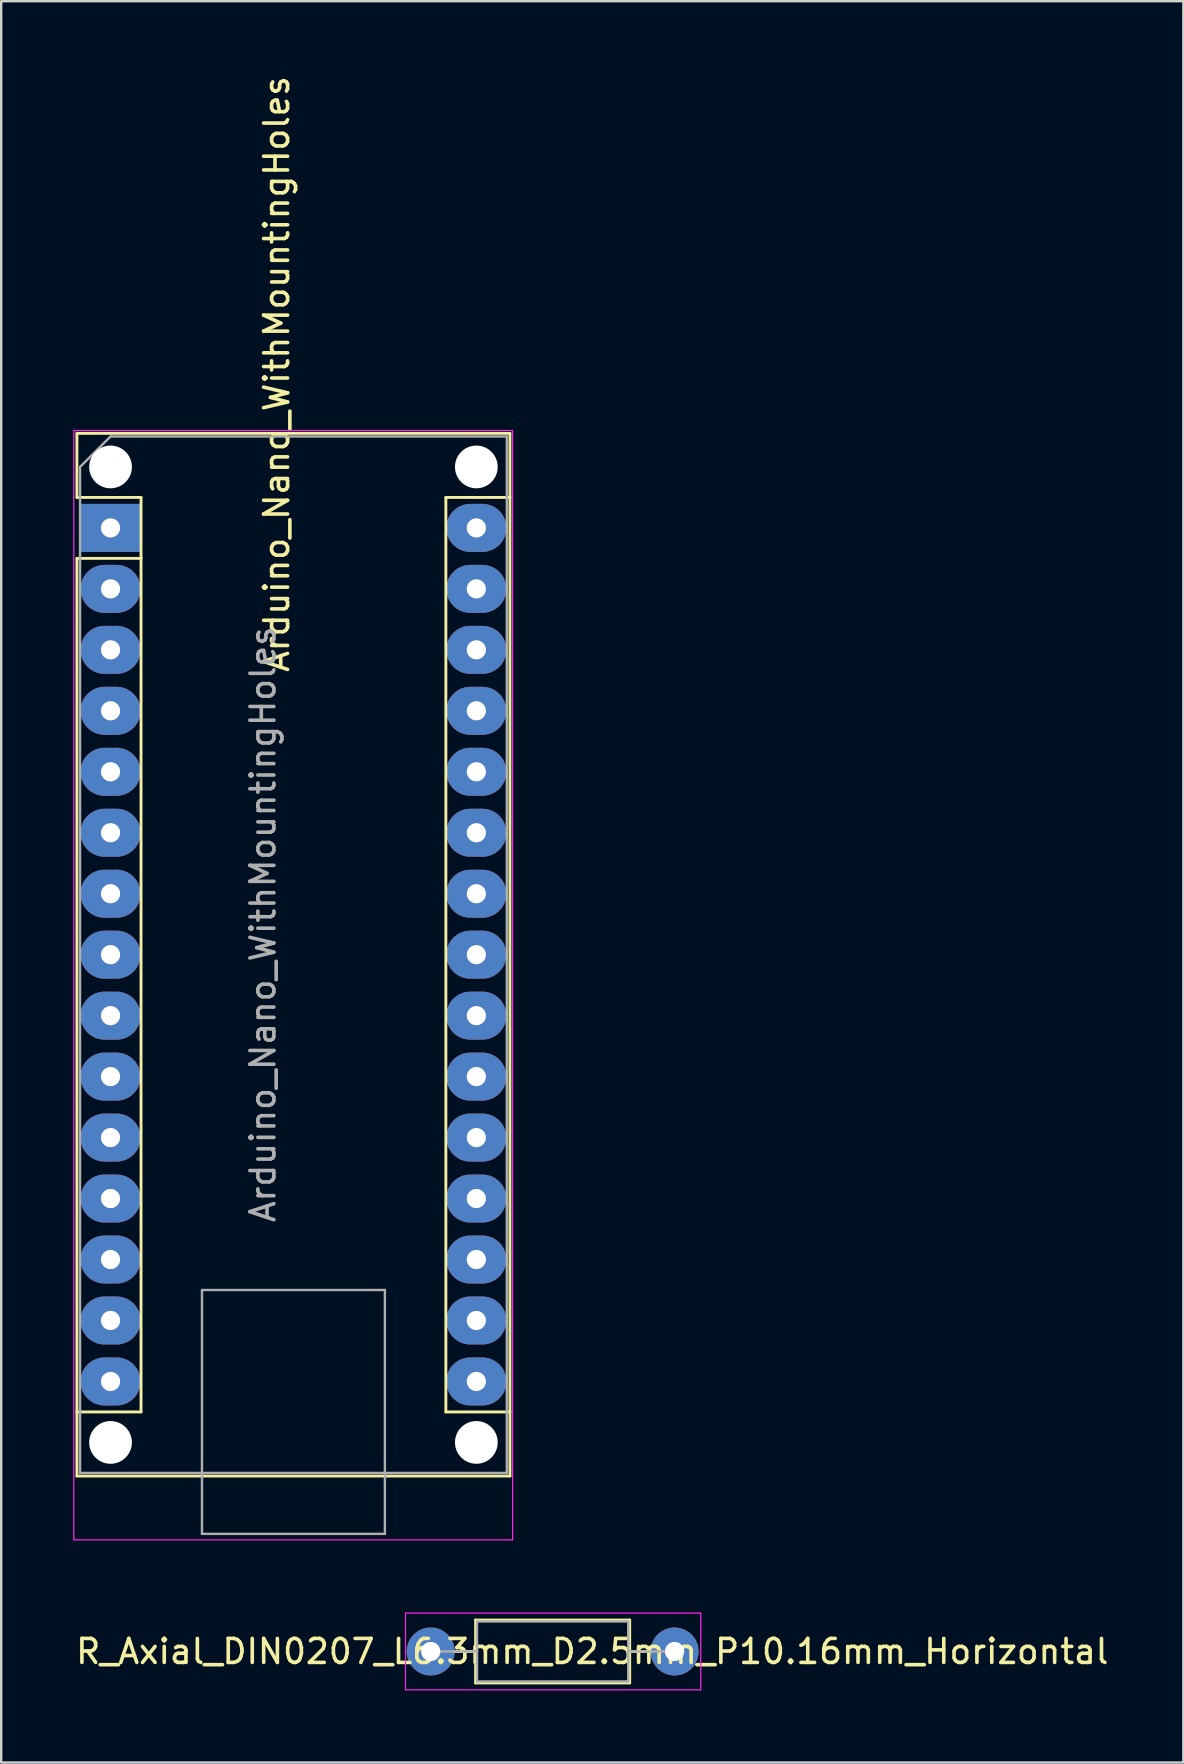
<source format=kicad_pcb>
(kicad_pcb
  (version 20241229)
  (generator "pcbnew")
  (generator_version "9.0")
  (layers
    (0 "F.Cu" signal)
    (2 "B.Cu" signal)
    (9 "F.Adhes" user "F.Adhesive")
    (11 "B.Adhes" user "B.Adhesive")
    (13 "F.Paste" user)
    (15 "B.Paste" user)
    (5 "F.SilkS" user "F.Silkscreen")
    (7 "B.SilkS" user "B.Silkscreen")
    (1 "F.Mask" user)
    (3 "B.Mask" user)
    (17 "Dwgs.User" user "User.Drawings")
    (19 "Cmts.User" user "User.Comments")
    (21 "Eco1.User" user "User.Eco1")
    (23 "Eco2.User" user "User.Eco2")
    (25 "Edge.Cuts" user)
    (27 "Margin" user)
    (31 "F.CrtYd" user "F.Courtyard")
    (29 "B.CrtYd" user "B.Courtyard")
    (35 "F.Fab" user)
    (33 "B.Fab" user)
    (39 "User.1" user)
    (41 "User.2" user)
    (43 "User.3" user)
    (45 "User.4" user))
  (footprint "Arduino_Nano_WithMountingHoles"
    (layer "F.Cu")
    (at 1.555 18.943)
    (property "Reference" "Arduino_Nano_WithMountingHoles" (at 6.921 -6.413 90) (layer "F.SilkS") (effects (font (size 1 1) (thickness 0.15))))
    (attr through_hole)
    (fp_line (start -1.4 -3.94) (end -1.4 -1.27) (stroke (width 0.12) (type solid)) (layer "F.SilkS"))
    (fp_line (start -1.4 1.27) (end -1.4 39.5) (stroke (width 0.12) (type solid)) (layer "F.SilkS"))
    (fp_line (start -1.4 39.5) (end 16.64 39.5) (stroke (width 0.12) (type solid)) (layer "F.SilkS"))
    (fp_line (start 1.27 -1.27) (end -1.4 -1.27) (stroke (width 0.12) (type solid)) (layer "F.SilkS"))
    (fp_line (start 1.27 1.27) (end -1.4 1.27) (stroke (width 0.12) (type solid)) (layer "F.SilkS"))
    (fp_line (start 1.27 1.27) (end 1.27 -1.27) (stroke (width 0.12) (type solid)) (layer "F.SilkS"))
    (fp_line (start 1.27 1.27) (end 1.27 36.83) (stroke (width 0.12) (type solid)) (layer "F.SilkS"))
    (fp_line (start 1.27 36.83) (end -1.4 36.83) (stroke (width 0.12) (type solid)) (layer "F.SilkS"))
    (fp_line (start 13.97 -1.27) (end 13.97 36.83) (stroke (width 0.12) (type solid)) (layer "F.SilkS"))
    (fp_line (start 13.97 -1.27) (end 16.64 -1.27) (stroke (width 0.12) (type solid)) (layer "F.SilkS"))
    (fp_line (start 13.97 36.83) (end 16.64 36.83) (stroke (width 0.12) (type solid)) (layer "F.SilkS"))
    (fp_line (start 16.64 -3.94) (end -1.4 -3.94) (stroke (width 0.12) (type solid)) (layer "F.SilkS"))
    (fp_line (start 16.64 39.5) (end 16.64 -3.94) (stroke (width 0.12) (type solid)) (layer "F.SilkS"))
    (fp_line (start -1.53 -4.06) (end -1.53 42.16) (stroke (width 0.05) (type solid)) (layer "F.CrtYd"))
    (fp_line (start -1.53 -4.06) (end 16.75 -4.06) (stroke (width 0.05) (type solid)) (layer "F.CrtYd"))
    (fp_line (start 16.75 42.16) (end -1.53 42.16) (stroke (width 0.05) (type solid)) (layer "F.CrtYd"))
    (fp_line (start 16.75 42.16) (end 16.75 -4.06) (stroke (width 0.05) (type solid)) (layer "F.CrtYd"))
    (fp_line (start -1.27 -2.54) (end 0 -3.81) (stroke (width 0.1) (type solid)) (layer "F.Fab"))
    (fp_line (start -1.27 39.37) (end -1.27 -2.54) (stroke (width 0.1) (type solid)) (layer "F.Fab"))
    (fp_line (start 0 -3.81) (end 16.51 -3.81) (stroke (width 0.1) (type solid)) (layer "F.Fab"))
    (fp_line (start 3.81 31.75) (end 11.43 31.75) (stroke (width 0.1) (type solid)) (layer "F.Fab"))
    (fp_line (start 3.81 41.91) (end 3.81 31.75) (stroke (width 0.1) (type solid)) (layer "F.Fab"))
    (fp_line (start 11.43 31.75) (end 11.43 41.91) (stroke (width 0.1) (type solid)) (layer "F.Fab"))
    (fp_line (start 11.43 41.91) (end 3.81 41.91) (stroke (width 0.1) (type solid)) (layer "F.Fab"))
    (fp_line (start 16.51 -3.81) (end 16.51 39.37) (stroke (width 0.1) (type solid)) (layer "F.Fab"))
    (fp_line (start 16.51 39.37) (end -1.27 39.37) (stroke (width 0.1) (type solid)) (layer "F.Fab"))
    (fp_text user "${REFERENCE}" (at 6.35 16.51 90) (layer "F.Fab") (effects (font (size 1 1) (thickness 0.15))))
    (pad "" np_thru_hole circle (at 0 -2.54) (size 1.78 1.78) (drill 1.78) (layers "*.Cu" "*.Mask"))
    (pad "" np_thru_hole circle (at 0 38.1) (size 1.78 1.78) (drill 1.78) (layers "*.Cu" "*.Mask"))
    (pad "" np_thru_hole circle (at 15.24 -2.54) (size 1.78 1.78) (drill 1.78) (layers "*.Cu" "*.Mask"))
    (pad "" np_thru_hole circle (at 15.24 38.1) (size 1.78 1.78) (drill 1.78) (layers "*.Cu" "*.Mask"))
    (pad "1" thru_hole rect (at 0 0) (size 2.5 2) (drill 0.8) (layers "*.Cu" "*.Mask"))
    (pad "2" thru_hole oval (at 0 2.54) (size 2.5 2) (drill 0.8) (layers "*.Cu" "*.Mask"))
    (pad "3" thru_hole oval (at 0 5.08) (size 2.5 2) (drill 0.8) (layers "*.Cu" "*.Mask"))
    (pad "4" thru_hole oval (at 0 7.62) (size 2.5 2) (drill 0.8) (layers "*.Cu" "*.Mask"))
    (pad "5" thru_hole oval (at 0 10.16) (size 2.5 2) (drill 0.8) (layers "*.Cu" "*.Mask"))
    (pad "6" thru_hole oval (at 0 12.7) (size 2.5 2) (drill 0.8) (layers "*.Cu" "*.Mask"))
    (pad "7" thru_hole oval (at 0 15.24) (size 2.5 2) (drill 0.8) (layers "*.Cu" "*.Mask"))
    (pad "8" thru_hole oval (at 0 17.78) (size 2.5 2) (drill 0.8) (layers "*.Cu" "*.Mask"))
    (pad "9" thru_hole oval (at 0 20.32) (size 2.5 2) (drill 0.8) (layers "*.Cu" "*.Mask"))
    (pad "10" thru_hole oval (at 0 22.86) (size 2.5 2) (drill 0.8) (layers "*.Cu" "*.Mask"))
    (pad "11" thru_hole oval (at 0 25.4) (size 2.5 2) (drill 0.8) (layers "*.Cu" "*.Mask"))
    (pad "12" thru_hole oval (at 0 27.94) (size 2.5 2) (drill 0.8) (layers "*.Cu" "*.Mask"))
    (pad "13" thru_hole oval (at 0 30.48) (size 2.5 2) (drill 0.8) (layers "*.Cu" "*.Mask"))
    (pad "14" thru_hole oval (at 0 33.02) (size 2.5 2) (drill 0.8) (layers "*.Cu" "*.Mask"))
    (pad "15" thru_hole oval (at 0 35.56) (size 2.5 2) (drill 0.8) (layers "*.Cu" "*.Mask"))
    (pad "16" thru_hole oval (at 15.24 35.56) (size 2.5 2) (drill 0.8) (layers "*.Cu" "*.Mask"))
    (pad "17" thru_hole oval (at 15.24 33.02) (size 2.5 2) (drill 0.8) (layers "*.Cu" "*.Mask"))
    (pad "18" thru_hole oval (at 15.24 30.48) (size 2.5 2) (drill 0.8) (layers "*.Cu" "*.Mask"))
    (pad "19" thru_hole oval (at 15.24 27.94) (size 2.5 2) (drill 0.8) (layers "*.Cu" "*.Mask"))
    (pad "20" thru_hole oval (at 15.24 25.4) (size 2.5 2) (drill 0.8) (layers "*.Cu" "*.Mask"))
    (pad "21" thru_hole oval (at 15.24 22.86) (size 2.5 2) (drill 0.8) (layers "*.Cu" "*.Mask"))
    (pad "22" thru_hole oval (at 15.24 20.32) (size 2.5 2) (drill 0.8) (layers "*.Cu" "*.Mask"))
    (pad "23" thru_hole oval (at 15.24 17.78) (size 2.5 2) (drill 0.8) (layers "*.Cu" "*.Mask"))
    (pad "24" thru_hole oval (at 15.24 15.24) (size 2.5 2) (drill 0.8) (layers "*.Cu" "*.Mask"))
    (pad "25" thru_hole oval (at 15.24 12.7) (size 2.5 2) (drill 0.8) (layers "*.Cu" "*.Mask"))
    (pad "26" thru_hole oval (at 15.24 10.16) (size 2.5 2) (drill 0.8) (layers "*.Cu" "*.Mask"))
    (pad "27" thru_hole oval (at 15.24 7.62) (size 2.5 2) (drill 0.8) (layers "*.Cu" "*.Mask"))
    (pad "28" thru_hole oval (at 15.24 5.08) (size 2.5 2) (drill 0.8) (layers "*.Cu" "*.Mask"))
    (pad "29" thru_hole oval (at 15.24 2.54) (size 2.5 2) (drill 0.8) (layers "*.Cu" "*.Mask"))
    (pad "30" thru_hole oval (at 15.24 0) (size 2.5 2) (drill 0.8) (layers "*.Cu" "*.Mask")))
  (footprint "R_Axial_DIN0207_L6.3mm_D2.5mm_P10.16mm_Horizontal"
    (layer "F.Cu")
    (at 14.894 65.753)
    (property "Reference" "R_Axial_DIN0207_L6.3mm_D2.5mm_P10.16mm_Horizontal" (at 6.731 0 0) (layer "F.SilkS") (effects (font (size 1 1) (thickness 0.15))))
    (attr through_hole)
    (fp_line (start 0.98 0) (end 1.87 0) (stroke (width 0.12) (type solid)) (layer "F.SilkS"))
    (fp_line (start 1.87 -1.31) (end 1.87 1.31) (stroke (width 0.12) (type solid)) (layer "F.SilkS"))
    (fp_line (start 1.87 1.31) (end 8.29 1.31) (stroke (width 0.12) (type solid)) (layer "F.SilkS"))
    (fp_line (start 8.29 -1.31) (end 1.87 -1.31) (stroke (width 0.12) (type solid)) (layer "F.SilkS"))
    (fp_line (start 8.29 1.31) (end 8.29 -1.31) (stroke (width 0.12) (type solid)) (layer "F.SilkS"))
    (fp_line (start 9.18 0) (end 8.29 0) (stroke (width 0.12) (type solid)) (layer "F.SilkS"))
    (fp_line (start -1.05 -1.6) (end -1.05 1.6) (stroke (width 0.05) (type solid)) (layer "F.CrtYd"))
    (fp_line (start -1.05 1.6) (end 11.25 1.6) (stroke (width 0.05) (type solid)) (layer "F.CrtYd"))
    (fp_line (start 11.25 -1.6) (end -1.05 -1.6) (stroke (width 0.05) (type solid)) (layer "F.CrtYd"))
    (fp_line (start 11.25 1.6) (end 11.25 -1.6) (stroke (width 0.05) (type solid)) (layer "F.CrtYd"))
    (fp_line (start 0 0) (end 1.93 0) (stroke (width 0.1) (type solid)) (layer "F.Fab"))
    (fp_line (start 1.93 -1.25) (end 1.93 1.25) (stroke (width 0.1) (type solid)) (layer "F.Fab"))
    (fp_line (start 1.93 1.25) (end 8.23 1.25) (stroke (width 0.1) (type solid)) (layer "F.Fab"))
    (fp_line (start 8.23 -1.25) (end 1.93 -1.25) (stroke (width 0.1) (type solid)) (layer "F.Fab"))
    (fp_line (start 8.23 1.25) (end 8.23 -1.25) (stroke (width 0.1) (type solid)) (layer "F.Fab"))
    (fp_line (start 10.16 0) (end 8.23 0) (stroke (width 0.1) (type solid)) (layer "F.Fab"))
    (pad "1" thru_hole circle (at 0 0) (size 2 2) (drill 0.8) (layers "*.Cu" "*.Mask"))
    (pad "2" thru_hole circle (at 10.16 0) (size 2 2) (drill 0.8) (layers "*.Cu" "*.Mask")))
  (gr_rect
    (start -3 -3)
    (end 46.25 70.378)
    (stroke (width 0.1) (type default))
    (fill no)
    (layer "Edge.Cuts")))
</source>
